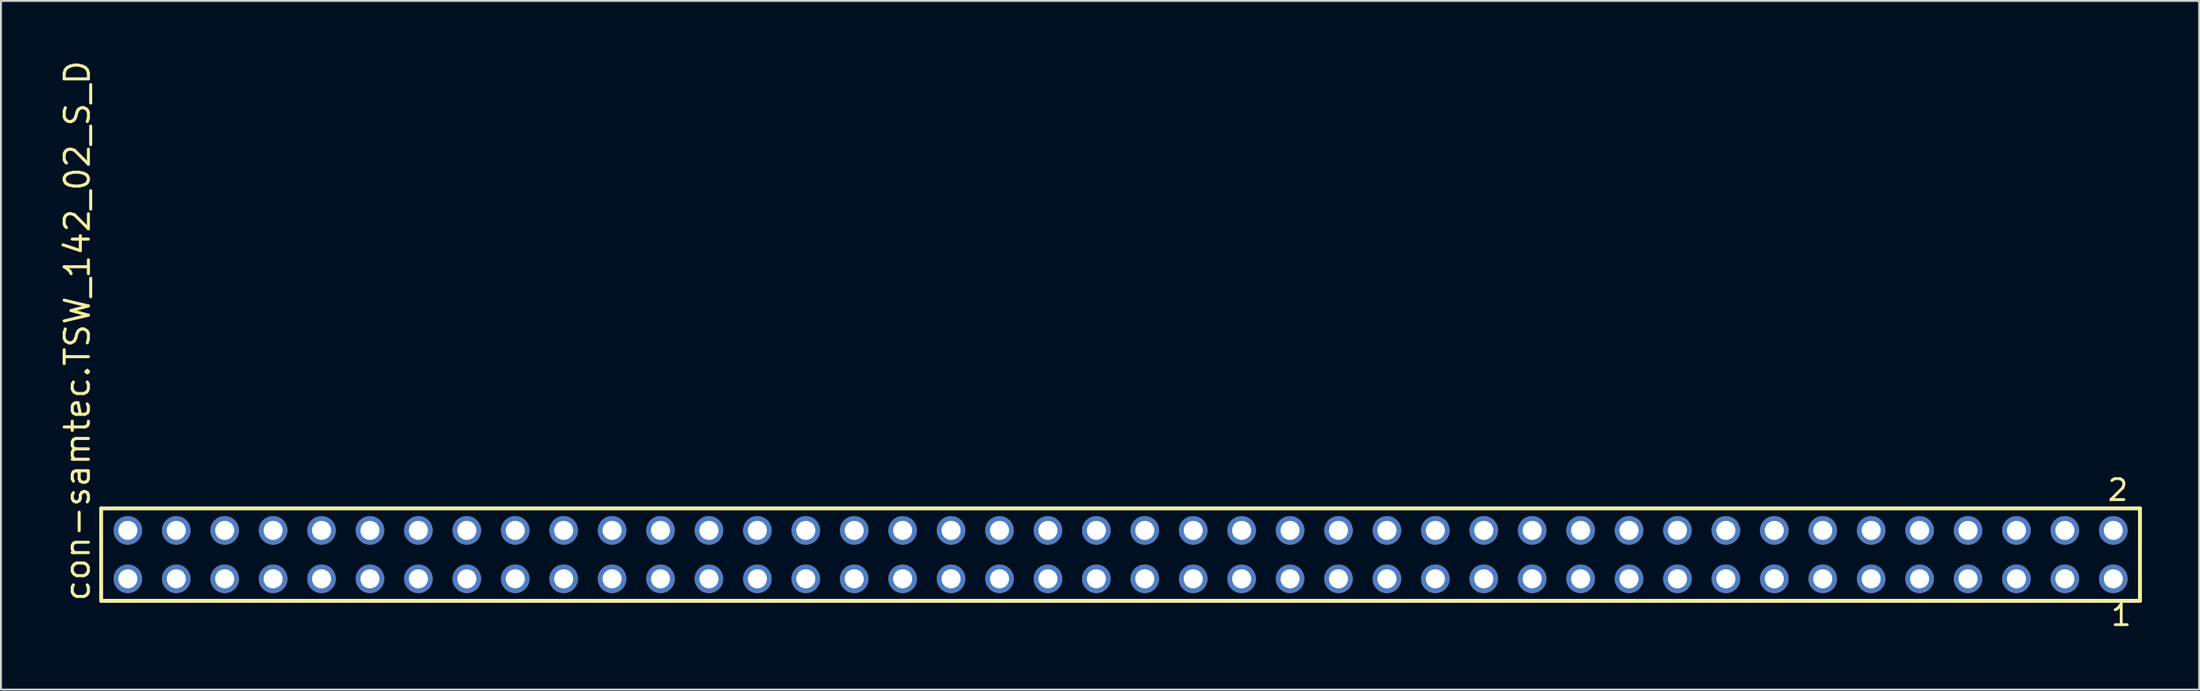
<source format=kicad_pcb>
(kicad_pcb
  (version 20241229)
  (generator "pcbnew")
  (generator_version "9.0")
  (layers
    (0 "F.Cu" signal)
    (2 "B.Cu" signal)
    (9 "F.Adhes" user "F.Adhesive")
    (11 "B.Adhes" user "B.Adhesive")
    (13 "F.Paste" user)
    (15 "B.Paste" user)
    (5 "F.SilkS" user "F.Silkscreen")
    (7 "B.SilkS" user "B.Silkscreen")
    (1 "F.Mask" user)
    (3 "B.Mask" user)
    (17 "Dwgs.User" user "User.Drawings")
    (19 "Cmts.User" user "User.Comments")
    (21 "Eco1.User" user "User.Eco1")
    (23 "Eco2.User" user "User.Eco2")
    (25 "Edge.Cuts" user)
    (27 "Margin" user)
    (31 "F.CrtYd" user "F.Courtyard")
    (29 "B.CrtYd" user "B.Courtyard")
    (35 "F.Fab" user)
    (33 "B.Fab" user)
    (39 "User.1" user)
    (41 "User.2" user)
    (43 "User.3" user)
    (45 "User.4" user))
  (footprint "con-samtec.TSW_142_02_S_D"
    (layer "F.Cu")
    (at 55.725 26.049)
    (property "Reference" "con-samtec.TSW_142_02_S_D" (at -53.975 2.54 90) (layer "F.SilkS") (effects (font (size 1.27 1.27) (thickness 0.16)) (justify left bottom)))
    (attr through_hole)
    (fp_line (start -53.469 -2.425) (end 53.469 -2.425) (stroke (width 0.203) (type default)) (layer "F.SilkS"))
    (fp_line (start -53.469 2.425) (end -53.469 -2.425) (stroke (width 0.203) (type default)) (layer "F.SilkS"))
    (fp_line (start 53.469 -2.425) (end 53.469 2.425) (stroke (width 0.203) (type default)) (layer "F.SilkS"))
    (fp_line (start 53.469 2.425) (end -53.469 2.425) (stroke (width 0.203) (type default)) (layer "F.SilkS"))
    (fp_rect (start -52.42 -0.92) (end -51.72 -1.62) (stroke (width 0.05) (type default)) (fill no) (layer "F.Fab"))
    (fp_rect (start -52.42 1.62) (end -51.72 0.92) (stroke (width 0.05) (type default)) (fill no) (layer "F.Fab"))
    (fp_rect (start -49.88 -0.92) (end -49.18 -1.62) (stroke (width 0.05) (type default)) (fill no) (layer "F.Fab"))
    (fp_rect (start -49.88 1.62) (end -49.18 0.92) (stroke (width 0.05) (type default)) (fill no) (layer "F.Fab"))
    (fp_rect (start -47.34 -0.92) (end -46.64 -1.62) (stroke (width 0.05) (type default)) (fill no) (layer "F.Fab"))
    (fp_rect (start -47.34 1.62) (end -46.64 0.92) (stroke (width 0.05) (type default)) (fill no) (layer "F.Fab"))
    (fp_rect (start -44.8 -0.92) (end -44.1 -1.62) (stroke (width 0.05) (type default)) (fill no) (layer "F.Fab"))
    (fp_rect (start -44.8 1.62) (end -44.1 0.92) (stroke (width 0.05) (type default)) (fill no) (layer "F.Fab"))
    (fp_rect (start -42.26 -0.92) (end -41.56 -1.62) (stroke (width 0.05) (type default)) (fill no) (layer "F.Fab"))
    (fp_rect (start -42.26 1.62) (end -41.56 0.92) (stroke (width 0.05) (type default)) (fill no) (layer "F.Fab"))
    (fp_rect (start -39.72 -0.92) (end -39.02 -1.62) (stroke (width 0.05) (type default)) (fill no) (layer "F.Fab"))
    (fp_rect (start -39.72 1.62) (end -39.02 0.92) (stroke (width 0.05) (type default)) (fill no) (layer "F.Fab"))
    (fp_rect (start -37.18 -0.92) (end -36.48 -1.62) (stroke (width 0.05) (type default)) (fill no) (layer "F.Fab"))
    (fp_rect (start -37.18 1.62) (end -36.48 0.92) (stroke (width 0.05) (type default)) (fill no) (layer "F.Fab"))
    (fp_rect (start -34.64 -0.92) (end -33.94 -1.62) (stroke (width 0.05) (type default)) (fill no) (layer "F.Fab"))
    (fp_rect (start -34.64 1.62) (end -33.94 0.92) (stroke (width 0.05) (type default)) (fill no) (layer "F.Fab"))
    (fp_rect (start -32.1 -0.92) (end -31.4 -1.62) (stroke (width 0.05) (type default)) (fill no) (layer "F.Fab"))
    (fp_rect (start -32.1 1.62) (end -31.4 0.92) (stroke (width 0.05) (type default)) (fill no) (layer "F.Fab"))
    (fp_rect (start -29.56 -0.92) (end -28.86 -1.62) (stroke (width 0.05) (type default)) (fill no) (layer "F.Fab"))
    (fp_rect (start -29.56 1.62) (end -28.86 0.92) (stroke (width 0.05) (type default)) (fill no) (layer "F.Fab"))
    (fp_rect (start -27.02 -0.92) (end -26.32 -1.62) (stroke (width 0.05) (type default)) (fill no) (layer "F.Fab"))
    (fp_rect (start -27.02 1.62) (end -26.32 0.92) (stroke (width 0.05) (type default)) (fill no) (layer "F.Fab"))
    (fp_rect (start -24.48 -0.92) (end -23.78 -1.62) (stroke (width 0.05) (type default)) (fill no) (layer "F.Fab"))
    (fp_rect (start -24.48 1.62) (end -23.78 0.92) (stroke (width 0.05) (type default)) (fill no) (layer "F.Fab"))
    (fp_rect (start -21.94 -0.92) (end -21.24 -1.62) (stroke (width 0.05) (type default)) (fill no) (layer "F.Fab"))
    (fp_rect (start -21.94 1.62) (end -21.24 0.92) (stroke (width 0.05) (type default)) (fill no) (layer "F.Fab"))
    (fp_rect (start -19.4 -0.92) (end -18.7 -1.62) (stroke (width 0.05) (type default)) (fill no) (layer "F.Fab"))
    (fp_rect (start -19.4 1.62) (end -18.7 0.92) (stroke (width 0.05) (type default)) (fill no) (layer "F.Fab"))
    (fp_rect (start -16.86 -0.92) (end -16.16 -1.62) (stroke (width 0.05) (type default)) (fill no) (layer "F.Fab"))
    (fp_rect (start -16.86 1.62) (end -16.16 0.92) (stroke (width 0.05) (type default)) (fill no) (layer "F.Fab"))
    (fp_rect (start -14.32 -0.92) (end -13.62 -1.62) (stroke (width 0.05) (type default)) (fill no) (layer "F.Fab"))
    (fp_rect (start -14.32 1.62) (end -13.62 0.92) (stroke (width 0.05) (type default)) (fill no) (layer "F.Fab"))
    (fp_rect (start -11.78 -0.92) (end -11.08 -1.62) (stroke (width 0.05) (type default)) (fill no) (layer "F.Fab"))
    (fp_rect (start -11.78 1.62) (end -11.08 0.92) (stroke (width 0.05) (type default)) (fill no) (layer "F.Fab"))
    (fp_rect (start -9.24 -0.92) (end -8.54 -1.62) (stroke (width 0.05) (type default)) (fill no) (layer "F.Fab"))
    (fp_rect (start -9.24 1.62) (end -8.54 0.92) (stroke (width 0.05) (type default)) (fill no) (layer "F.Fab"))
    (fp_rect (start -6.7 -0.92) (end -6 -1.62) (stroke (width 0.05) (type default)) (fill no) (layer "F.Fab"))
    (fp_rect (start -6.7 1.62) (end -6 0.92) (stroke (width 0.05) (type default)) (fill no) (layer "F.Fab"))
    (fp_rect (start -4.16 -0.92) (end -3.46 -1.62) (stroke (width 0.05) (type default)) (fill no) (layer "F.Fab"))
    (fp_rect (start -4.16 1.62) (end -3.46 0.92) (stroke (width 0.05) (type default)) (fill no) (layer "F.Fab"))
    (fp_rect (start -1.62 -0.92) (end -0.92 -1.62) (stroke (width 0.05) (type default)) (fill no) (layer "F.Fab"))
    (fp_rect (start -1.62 1.62) (end -0.92 0.92) (stroke (width 0.05) (type default)) (fill no) (layer "F.Fab"))
    (fp_rect (start 0.92 -0.92) (end 1.62 -1.62) (stroke (width 0.05) (type default)) (fill no) (layer "F.Fab"))
    (fp_rect (start 0.92 1.62) (end 1.62 0.92) (stroke (width 0.05) (type default)) (fill no) (layer "F.Fab"))
    (fp_rect (start 3.46 -0.92) (end 4.16 -1.62) (stroke (width 0.05) (type default)) (fill no) (layer "F.Fab"))
    (fp_rect (start 3.46 1.62) (end 4.16 0.92) (stroke (width 0.05) (type default)) (fill no) (layer "F.Fab"))
    (fp_rect (start 6 -0.92) (end 6.7 -1.62) (stroke (width 0.05) (type default)) (fill no) (layer "F.Fab"))
    (fp_rect (start 6 1.62) (end 6.7 0.92) (stroke (width 0.05) (type default)) (fill no) (layer "F.Fab"))
    (fp_rect (start 8.54 -0.92) (end 9.24 -1.62) (stroke (width 0.05) (type default)) (fill no) (layer "F.Fab"))
    (fp_rect (start 8.54 1.62) (end 9.24 0.92) (stroke (width 0.05) (type default)) (fill no) (layer "F.Fab"))
    (fp_rect (start 11.08 -0.92) (end 11.78 -1.62) (stroke (width 0.05) (type default)) (fill no) (layer "F.Fab"))
    (fp_rect (start 11.08 1.62) (end 11.78 0.92) (stroke (width 0.05) (type default)) (fill no) (layer "F.Fab"))
    (fp_rect (start 13.62 -0.92) (end 14.32 -1.62) (stroke (width 0.05) (type default)) (fill no) (layer "F.Fab"))
    (fp_rect (start 13.62 1.62) (end 14.32 0.92) (stroke (width 0.05) (type default)) (fill no) (layer "F.Fab"))
    (fp_rect (start 16.16 -0.92) (end 16.86 -1.62) (stroke (width 0.05) (type default)) (fill no) (layer "F.Fab"))
    (fp_rect (start 16.16 1.62) (end 16.86 0.92) (stroke (width 0.05) (type default)) (fill no) (layer "F.Fab"))
    (fp_rect (start 18.7 -0.92) (end 19.4 -1.62) (stroke (width 0.05) (type default)) (fill no) (layer "F.Fab"))
    (fp_rect (start 18.7 1.62) (end 19.4 0.92) (stroke (width 0.05) (type default)) (fill no) (layer "F.Fab"))
    (fp_rect (start 21.24 -0.92) (end 21.94 -1.62) (stroke (width 0.05) (type default)) (fill no) (layer "F.Fab"))
    (fp_rect (start 21.24 1.62) (end 21.94 0.92) (stroke (width 0.05) (type default)) (fill no) (layer "F.Fab"))
    (fp_rect (start 23.78 -0.92) (end 24.48 -1.62) (stroke (width 0.05) (type default)) (fill no) (layer "F.Fab"))
    (fp_rect (start 23.78 1.62) (end 24.48 0.92) (stroke (width 0.05) (type default)) (fill no) (layer "F.Fab"))
    (fp_rect (start 26.32 -0.92) (end 27.02 -1.62) (stroke (width 0.05) (type default)) (fill no) (layer "F.Fab"))
    (fp_rect (start 26.32 1.62) (end 27.02 0.92) (stroke (width 0.05) (type default)) (fill no) (layer "F.Fab"))
    (fp_rect (start 28.86 -0.92) (end 29.56 -1.62) (stroke (width 0.05) (type default)) (fill no) (layer "F.Fab"))
    (fp_rect (start 28.86 1.62) (end 29.56 0.92) (stroke (width 0.05) (type default)) (fill no) (layer "F.Fab"))
    (fp_rect (start 31.4 -0.92) (end 32.1 -1.62) (stroke (width 0.05) (type default)) (fill no) (layer "F.Fab"))
    (fp_rect (start 31.4 1.62) (end 32.1 0.92) (stroke (width 0.05) (type default)) (fill no) (layer "F.Fab"))
    (fp_rect (start 33.94 -0.92) (end 34.64 -1.62) (stroke (width 0.05) (type default)) (fill no) (layer "F.Fab"))
    (fp_rect (start 33.94 1.62) (end 34.64 0.92) (stroke (width 0.05) (type default)) (fill no) (layer "F.Fab"))
    (fp_rect (start 36.48 -0.92) (end 37.18 -1.62) (stroke (width 0.05) (type default)) (fill no) (layer "F.Fab"))
    (fp_rect (start 36.48 1.62) (end 37.18 0.92) (stroke (width 0.05) (type default)) (fill no) (layer "F.Fab"))
    (fp_rect (start 39.02 -0.92) (end 39.72 -1.62) (stroke (width 0.05) (type default)) (fill no) (layer "F.Fab"))
    (fp_rect (start 39.02 1.62) (end 39.72 0.92) (stroke (width 0.05) (type default)) (fill no) (layer "F.Fab"))
    (fp_rect (start 41.56 -0.92) (end 42.26 -1.62) (stroke (width 0.05) (type default)) (fill no) (layer "F.Fab"))
    (fp_rect (start 41.56 1.62) (end 42.26 0.92) (stroke (width 0.05) (type default)) (fill no) (layer "F.Fab"))
    (fp_rect (start 44.1 -0.92) (end 44.8 -1.62) (stroke (width 0.05) (type default)) (fill no) (layer "F.Fab"))
    (fp_rect (start 44.1 1.62) (end 44.8 0.92) (stroke (width 0.05) (type default)) (fill no) (layer "F.Fab"))
    (fp_rect (start 46.64 -0.92) (end 47.34 -1.62) (stroke (width 0.05) (type default)) (fill no) (layer "F.Fab"))
    (fp_rect (start 46.64 1.62) (end 47.34 0.92) (stroke (width 0.05) (type default)) (fill no) (layer "F.Fab"))
    (fp_rect (start 49.18 -0.92) (end 49.88 -1.62) (stroke (width 0.05) (type default)) (fill no) (layer "F.Fab"))
    (fp_rect (start 49.18 1.62) (end 49.88 0.92) (stroke (width 0.05) (type default)) (fill no) (layer "F.Fab"))
    (fp_rect (start 51.72 -0.92) (end 52.42 -1.62) (stroke (width 0.05) (type default)) (fill no) (layer "F.Fab"))
    (fp_rect (start 51.72 1.62) (end 52.42 0.92) (stroke (width 0.05) (type default)) (fill no) (layer "F.Fab"))
    (fp_text user "1" (at 51.862 3.818 0) (layer "F.SilkS") (effects (font (size 1.1 1.1) (thickness 0.15)) (justify left bottom)))
    (fp_text user "2" (at 51.687 -2.744 0) (layer "F.SilkS") (effects (font (size 1.1 1.1) (thickness 0.15)) (justify left bottom)))
    (pad "1" thru_hole circle (at 52.07 1.27 180) (size 1.5 1.5) (drill 1) (layers "*.Cu" "*.Mask"))
    (pad "2" thru_hole circle (at 52.07 -1.27 180) (size 1.5 1.5) (drill 1) (layers "*.Cu" "*.Mask"))
    (pad "3" thru_hole circle (at 49.53 1.27 180) (size 1.5 1.5) (drill 1) (layers "*.Cu" "*.Mask"))
    (pad "4" thru_hole circle (at 49.53 -1.27 180) (size 1.5 1.5) (drill 1) (layers "*.Cu" "*.Mask"))
    (pad "5" thru_hole circle (at 46.99 1.27 180) (size 1.5 1.5) (drill 1) (layers "*.Cu" "*.Mask"))
    (pad "6" thru_hole circle (at 46.99 -1.27 180) (size 1.5 1.5) (drill 1) (layers "*.Cu" "*.Mask"))
    (pad "7" thru_hole circle (at 44.45 1.27 180) (size 1.5 1.5) (drill 1) (layers "*.Cu" "*.Mask"))
    (pad "8" thru_hole circle (at 44.45 -1.27 180) (size 1.5 1.5) (drill 1) (layers "*.Cu" "*.Mask"))
    (pad "9" thru_hole circle (at 41.91 1.27 180) (size 1.5 1.5) (drill 1) (layers "*.Cu" "*.Mask"))
    (pad "10" thru_hole circle (at 41.91 -1.27 180) (size 1.5 1.5) (drill 1) (layers "*.Cu" "*.Mask"))
    (pad "11" thru_hole circle (at 39.37 1.27 180) (size 1.5 1.5) (drill 1) (layers "*.Cu" "*.Mask"))
    (pad "12" thru_hole circle (at 39.37 -1.27 180) (size 1.5 1.5) (drill 1) (layers "*.Cu" "*.Mask"))
    (pad "13" thru_hole circle (at 36.83 1.27 180) (size 1.5 1.5) (drill 1) (layers "*.Cu" "*.Mask"))
    (pad "14" thru_hole circle (at 36.83 -1.27 180) (size 1.5 1.5) (drill 1) (layers "*.Cu" "*.Mask"))
    (pad "15" thru_hole circle (at 34.29 1.27 180) (size 1.5 1.5) (drill 1) (layers "*.Cu" "*.Mask"))
    (pad "16" thru_hole circle (at 34.29 -1.27 180) (size 1.5 1.5) (drill 1) (layers "*.Cu" "*.Mask"))
    (pad "17" thru_hole circle (at 31.75 1.27 180) (size 1.5 1.5) (drill 1) (layers "*.Cu" "*.Mask"))
    (pad "18" thru_hole circle (at 31.75 -1.27 180) (size 1.5 1.5) (drill 1) (layers "*.Cu" "*.Mask"))
    (pad "19" thru_hole circle (at 29.21 1.27 180) (size 1.5 1.5) (drill 1) (layers "*.Cu" "*.Mask"))
    (pad "20" thru_hole circle (at 29.21 -1.27 180) (size 1.5 1.5) (drill 1) (layers "*.Cu" "*.Mask"))
    (pad "21" thru_hole circle (at 26.67 1.27 180) (size 1.5 1.5) (drill 1) (layers "*.Cu" "*.Mask"))
    (pad "22" thru_hole circle (at 26.67 -1.27 180) (size 1.5 1.5) (drill 1) (layers "*.Cu" "*.Mask"))
    (pad "23" thru_hole circle (at 24.13 1.27 180) (size 1.5 1.5) (drill 1) (layers "*.Cu" "*.Mask"))
    (pad "24" thru_hole circle (at 24.13 -1.27 180) (size 1.5 1.5) (drill 1) (layers "*.Cu" "*.Mask"))
    (pad "25" thru_hole circle (at 21.59 1.27 180) (size 1.5 1.5) (drill 1) (layers "*.Cu" "*.Mask"))
    (pad "26" thru_hole circle (at 21.59 -1.27 180) (size 1.5 1.5) (drill 1) (layers "*.Cu" "*.Mask"))
    (pad "27" thru_hole circle (at 19.05 1.27 180) (size 1.5 1.5) (drill 1) (layers "*.Cu" "*.Mask"))
    (pad "28" thru_hole circle (at 19.05 -1.27 180) (size 1.5 1.5) (drill 1) (layers "*.Cu" "*.Mask"))
    (pad "29" thru_hole circle (at 16.51 1.27 180) (size 1.5 1.5) (drill 1) (layers "*.Cu" "*.Mask"))
    (pad "30" thru_hole circle (at 16.51 -1.27 180) (size 1.5 1.5) (drill 1) (layers "*.Cu" "*.Mask"))
    (pad "31" thru_hole circle (at 13.97 1.27 180) (size 1.5 1.5) (drill 1) (layers "*.Cu" "*.Mask"))
    (pad "32" thru_hole circle (at 13.97 -1.27 180) (size 1.5 1.5) (drill 1) (layers "*.Cu" "*.Mask"))
    (pad "33" thru_hole circle (at 11.43 1.27 180) (size 1.5 1.5) (drill 1) (layers "*.Cu" "*.Mask"))
    (pad "34" thru_hole circle (at 11.43 -1.27 180) (size 1.5 1.5) (drill 1) (layers "*.Cu" "*.Mask"))
    (pad "35" thru_hole circle (at 8.89 1.27 180) (size 1.5 1.5) (drill 1) (layers "*.Cu" "*.Mask"))
    (pad "36" thru_hole circle (at 8.89 -1.27 180) (size 1.5 1.5) (drill 1) (layers "*.Cu" "*.Mask"))
    (pad "37" thru_hole circle (at 6.35 1.27 180) (size 1.5 1.5) (drill 1) (layers "*.Cu" "*.Mask"))
    (pad "38" thru_hole circle (at 6.35 -1.27 180) (size 1.5 1.5) (drill 1) (layers "*.Cu" "*.Mask"))
    (pad "39" thru_hole circle (at 3.81 1.27 180) (size 1.5 1.5) (drill 1) (layers "*.Cu" "*.Mask"))
    (pad "40" thru_hole circle (at 3.81 -1.27 180) (size 1.5 1.5) (drill 1) (layers "*.Cu" "*.Mask"))
    (pad "41" thru_hole circle (at 1.27 1.27 180) (size 1.5 1.5) (drill 1) (layers "*.Cu" "*.Mask"))
    (pad "42" thru_hole circle (at 1.27 -1.27 180) (size 1.5 1.5) (drill 1) (layers "*.Cu" "*.Mask"))
    (pad "43" thru_hole circle (at -1.27 1.27 180) (size 1.5 1.5) (drill 1) (layers "*.Cu" "*.Mask"))
    (pad "44" thru_hole circle (at -1.27 -1.27 180) (size 1.5 1.5) (drill 1) (layers "*.Cu" "*.Mask"))
    (pad "45" thru_hole circle (at -3.81 1.27 180) (size 1.5 1.5) (drill 1) (layers "*.Cu" "*.Mask"))
    (pad "46" thru_hole circle (at -3.81 -1.27 180) (size 1.5 1.5) (drill 1) (layers "*.Cu" "*.Mask"))
    (pad "47" thru_hole circle (at -6.35 1.27 180) (size 1.5 1.5) (drill 1) (layers "*.Cu" "*.Mask"))
    (pad "48" thru_hole circle (at -6.35 -1.27 180) (size 1.5 1.5) (drill 1) (layers "*.Cu" "*.Mask"))
    (pad "49" thru_hole circle (at -8.89 1.27 180) (size 1.5 1.5) (drill 1) (layers "*.Cu" "*.Mask"))
    (pad "50" thru_hole circle (at -8.89 -1.27 180) (size 1.5 1.5) (drill 1) (layers "*.Cu" "*.Mask"))
    (pad "51" thru_hole circle (at -11.43 1.27 180) (size 1.5 1.5) (drill 1) (layers "*.Cu" "*.Mask"))
    (pad "52" thru_hole circle (at -11.43 -1.27 180) (size 1.5 1.5) (drill 1) (layers "*.Cu" "*.Mask"))
    (pad "53" thru_hole circle (at -13.97 1.27 180) (size 1.5 1.5) (drill 1) (layers "*.Cu" "*.Mask"))
    (pad "54" thru_hole circle (at -13.97 -1.27 180) (size 1.5 1.5) (drill 1) (layers "*.Cu" "*.Mask"))
    (pad "55" thru_hole circle (at -16.51 1.27 180) (size 1.5 1.5) (drill 1) (layers "*.Cu" "*.Mask"))
    (pad "56" thru_hole circle (at -16.51 -1.27 180) (size 1.5 1.5) (drill 1) (layers "*.Cu" "*.Mask"))
    (pad "57" thru_hole circle (at -19.05 1.27 180) (size 1.5 1.5) (drill 1) (layers "*.Cu" "*.Mask"))
    (pad "58" thru_hole circle (at -19.05 -1.27 180) (size 1.5 1.5) (drill 1) (layers "*.Cu" "*.Mask"))
    (pad "59" thru_hole circle (at -21.59 1.27 180) (size 1.5 1.5) (drill 1) (layers "*.Cu" "*.Mask"))
    (pad "60" thru_hole circle (at -21.59 -1.27 180) (size 1.5 1.5) (drill 1) (layers "*.Cu" "*.Mask"))
    (pad "61" thru_hole circle (at -24.13 1.27 180) (size 1.5 1.5) (drill 1) (layers "*.Cu" "*.Mask"))
    (pad "62" thru_hole circle (at -24.13 -1.27 180) (size 1.5 1.5) (drill 1) (layers "*.Cu" "*.Mask"))
    (pad "63" thru_hole circle (at -26.67 1.27 180) (size 1.5 1.5) (drill 1) (layers "*.Cu" "*.Mask"))
    (pad "64" thru_hole circle (at -26.67 -1.27 180) (size 1.5 1.5) (drill 1) (layers "*.Cu" "*.Mask"))
    (pad "65" thru_hole circle (at -29.21 1.27 180) (size 1.5 1.5) (drill 1) (layers "*.Cu" "*.Mask"))
    (pad "66" thru_hole circle (at -29.21 -1.27 180) (size 1.5 1.5) (drill 1) (layers "*.Cu" "*.Mask"))
    (pad "67" thru_hole circle (at -31.75 1.27 180) (size 1.5 1.5) (drill 1) (layers "*.Cu" "*.Mask"))
    (pad "68" thru_hole circle (at -31.75 -1.27 180) (size 1.5 1.5) (drill 1) (layers "*.Cu" "*.Mask"))
    (pad "69" thru_hole circle (at -34.29 1.27 180) (size 1.5 1.5) (drill 1) (layers "*.Cu" "*.Mask"))
    (pad "70" thru_hole circle (at -34.29 -1.27 180) (size 1.5 1.5) (drill 1) (layers "*.Cu" "*.Mask"))
    (pad "71" thru_hole circle (at -36.83 1.27 180) (size 1.5 1.5) (drill 1) (layers "*.Cu" "*.Mask"))
    (pad "72" thru_hole circle (at -36.83 -1.27 180) (size 1.5 1.5) (drill 1) (layers "*.Cu" "*.Mask"))
    (pad "73" thru_hole circle (at -39.37 1.27 180) (size 1.5 1.5) (drill 1) (layers "*.Cu" "*.Mask"))
    (pad "74" thru_hole circle (at -39.37 -1.27 180) (size 1.5 1.5) (drill 1) (layers "*.Cu" "*.Mask"))
    (pad "75" thru_hole circle (at -41.91 1.27 180) (size 1.5 1.5) (drill 1) (layers "*.Cu" "*.Mask"))
    (pad "76" thru_hole circle (at -41.91 -1.27 180) (size 1.5 1.5) (drill 1) (layers "*.Cu" "*.Mask"))
    (pad "77" thru_hole circle (at -44.45 1.27 180) (size 1.5 1.5) (drill 1) (layers "*.Cu" "*.Mask"))
    (pad "78" thru_hole circle (at -44.45 -1.27 180) (size 1.5 1.5) (drill 1) (layers "*.Cu" "*.Mask"))
    (pad "79" thru_hole circle (at -46.99 1.27 180) (size 1.5 1.5) (drill 1) (layers "*.Cu" "*.Mask"))
    (pad "80" thru_hole circle (at -46.99 -1.27 180) (size 1.5 1.5) (drill 1) (layers "*.Cu" "*.Mask"))
    (pad "81" thru_hole circle (at -49.53 1.27 180) (size 1.5 1.5) (drill 1) (layers "*.Cu" "*.Mask"))
    (pad "82" thru_hole circle (at -49.53 -1.27 180) (size 1.5 1.5) (drill 1) (layers "*.Cu" "*.Mask"))
    (pad "83" thru_hole circle (at -52.07 1.27 180) (size 1.5 1.5) (drill 1) (layers "*.Cu" "*.Mask"))
    (pad "84" thru_hole circle (at -52.07 -1.27 180) (size 1.5 1.5) (drill 1) (layers "*.Cu" "*.Mask")))
  (gr_rect
    (start -3 -3)
    (end 112.296 33.131)
    (stroke (width 0.1) (type default))
    (fill no)
    (layer "Edge.Cuts")))
</source>
